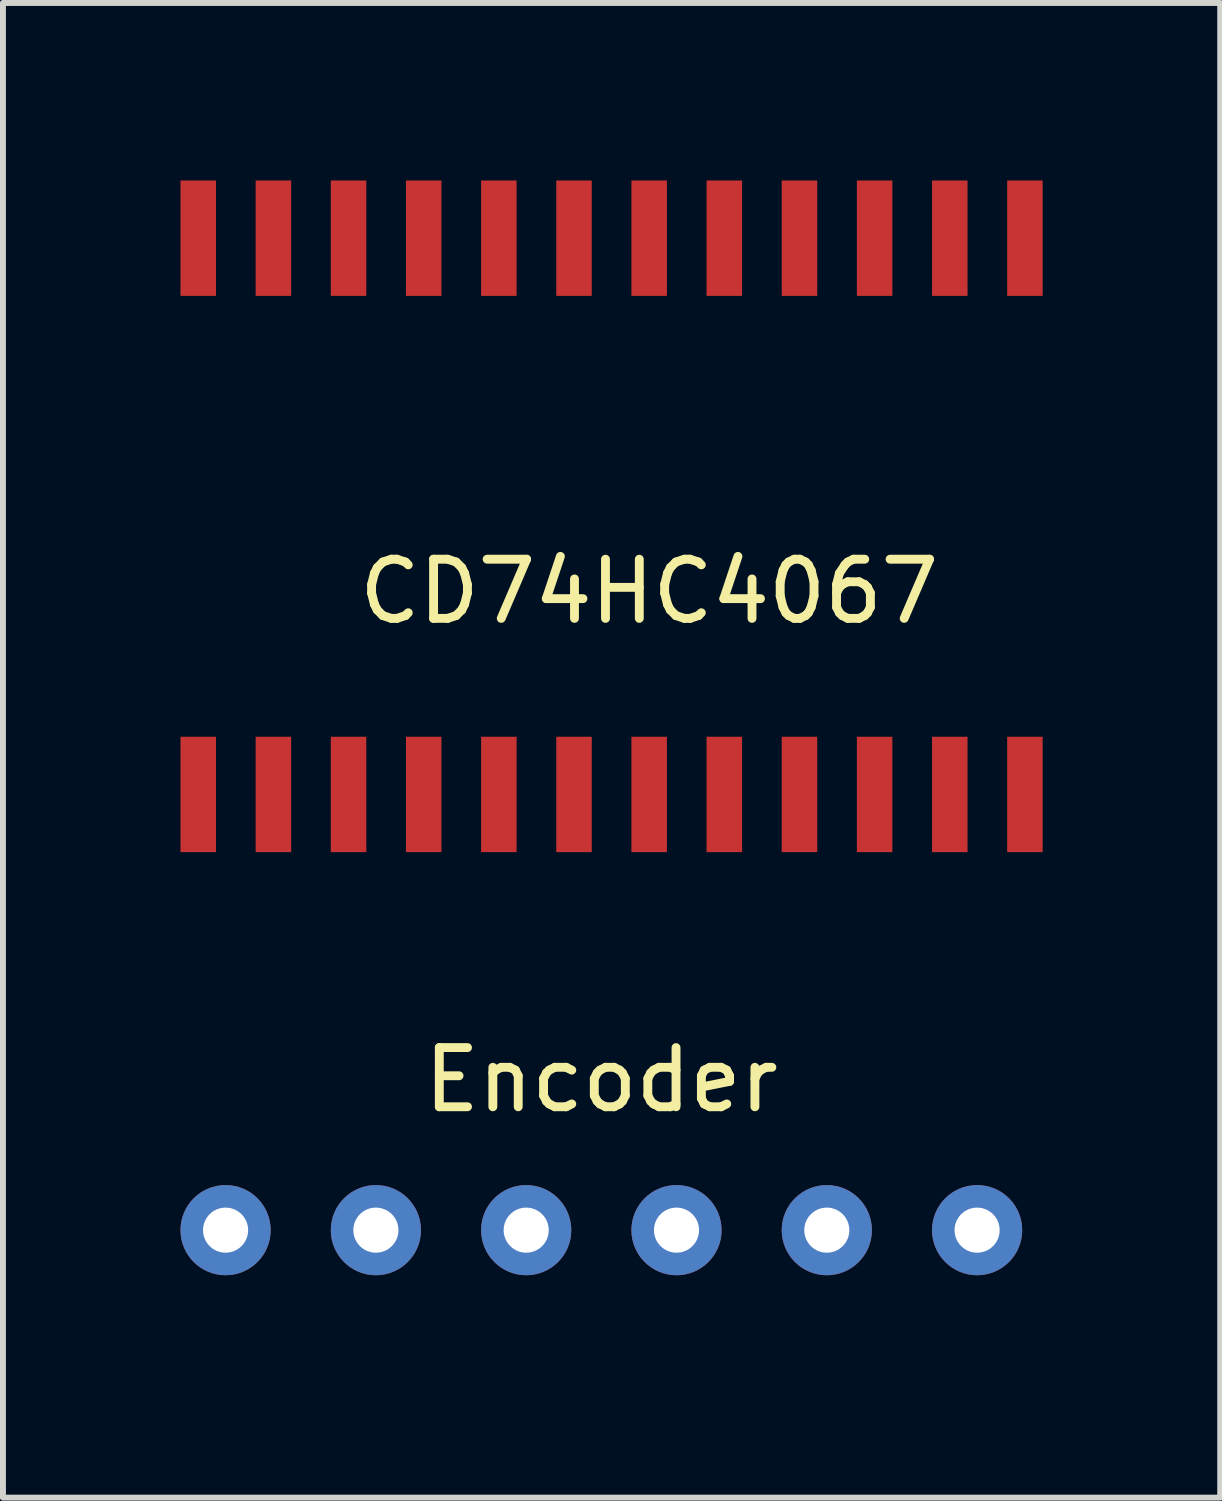
<source format=kicad_pcb>
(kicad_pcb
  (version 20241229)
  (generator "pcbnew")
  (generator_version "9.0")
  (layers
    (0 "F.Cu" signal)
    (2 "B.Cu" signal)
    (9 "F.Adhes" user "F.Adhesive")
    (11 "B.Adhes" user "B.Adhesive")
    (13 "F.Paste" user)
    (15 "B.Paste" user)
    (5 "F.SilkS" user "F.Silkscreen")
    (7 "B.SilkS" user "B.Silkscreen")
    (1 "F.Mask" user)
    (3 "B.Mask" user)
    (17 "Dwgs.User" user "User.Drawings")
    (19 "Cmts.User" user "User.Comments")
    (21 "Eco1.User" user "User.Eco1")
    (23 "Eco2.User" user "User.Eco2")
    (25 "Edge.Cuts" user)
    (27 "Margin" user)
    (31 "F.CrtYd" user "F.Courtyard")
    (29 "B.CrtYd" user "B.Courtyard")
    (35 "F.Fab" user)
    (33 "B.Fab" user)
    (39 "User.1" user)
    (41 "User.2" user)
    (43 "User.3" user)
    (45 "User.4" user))
  (footprint "Encoder"
    (layer "F.Cu")
    (at 7.112 19.008)
    (property "Reference" "Encoder" (at 0 -3.81 0) (layer "F.SilkS") (effects (font (size 1 1) (thickness 0.15))))
    (attr through_hole)
    (pad "1" thru_hole circle (at -6.35 -1.27) (size 1.524 1.524) (drill 0.762) (layers "*.Cu" "*.Mask"))
    (pad "2" thru_hole circle (at -3.81 -1.27) (size 1.524 1.524) (drill 0.762) (layers "*.Cu" "*.Mask"))
    (pad "3" thru_hole circle (at -1.27 -1.27) (size 1.524 1.524) (drill 0.762) (layers "*.Cu" "*.Mask"))
    (pad "4" thru_hole circle (at 1.27 -1.27) (size 1.524 1.524) (drill 0.762) (layers "*.Cu" "*.Mask"))
    (pad "5" thru_hole circle (at 3.81 -1.27) (size 1.524 1.524) (drill 0.762) (layers "*.Cu" "*.Mask"))
    (pad "6" thru_hole circle (at 6.35 -1.27) (size 1.524 1.524) (drill 0.762) (layers "*.Cu" "*.Mask")))
  (footprint "CD74HC4067"
    (layer "F.Cu")
    (at 7.92 5.675)
    (property "Reference" "CD74HC4067" (at 0 1.27 0) (layer "F.SilkS") (effects (font (size 1 1) (thickness 0.15))))
    (attr through_hole)
    (pad "1" smd rect (at 6.35 4.7) (size 0.6 1.95) (layers "F.Cu" "F.Mask" "F.Paste"))
    (pad "2" smd rect (at 5.08 4.7) (size 0.6 1.95) (layers "F.Cu" "F.Mask" "F.Paste"))
    (pad "3" smd rect (at 3.81 4.7) (size 0.6 1.95) (layers "F.Cu" "F.Mask" "F.Paste"))
    (pad "4" smd rect (at 2.54 4.7) (size 0.6 1.95) (layers "F.Cu" "F.Mask" "F.Paste"))
    (pad "5" smd rect (at 1.27 4.7) (size 0.6 1.95) (layers "F.Cu" "F.Mask" "F.Paste"))
    (pad "6" smd rect (at 0 4.7) (size 0.6 1.95) (layers "F.Cu" "F.Mask" "F.Paste"))
    (pad "7" smd rect (at -1.27 4.7) (size 0.6 1.95) (layers "F.Cu" "F.Mask" "F.Paste"))
    (pad "8" smd rect (at -2.54 4.7) (size 0.6 1.95) (layers "F.Cu" "F.Mask" "F.Paste"))
    (pad "9" smd rect (at -3.81 4.7) (size 0.6 1.95) (layers "F.Cu" "F.Mask" "F.Paste"))
    (pad "10" smd rect (at -5.08 4.7) (size 0.6 1.95) (layers "F.Cu" "F.Mask" "F.Paste"))
    (pad "11" smd rect (at -6.35 4.7) (size 0.6 1.95) (layers "F.Cu" "F.Mask" "F.Paste"))
    (pad "12" smd rect (at -7.62 4.7) (size 0.6 1.95) (layers "F.Cu" "F.Mask" "F.Paste"))
    (pad "13" smd rect (at 6.35 -4.7) (size 0.6 1.95) (layers "F.Cu" "F.Mask" "F.Paste"))
    (pad "14" smd rect (at 5.08 -4.7) (size 0.6 1.95) (layers "F.Cu" "F.Mask" "F.Paste"))
    (pad "15" smd rect (at 3.81 -4.7) (size 0.6 1.95) (layers "F.Cu" "F.Mask" "F.Paste"))
    (pad "16" smd rect (at 2.54 -4.7) (size 0.6 1.95) (layers "F.Cu" "F.Mask" "F.Paste"))
    (pad "17" smd rect (at 1.27 -4.7) (size 0.6 1.95) (layers "F.Cu" "F.Mask" "F.Paste"))
    (pad "18" smd rect (at 0 -4.7) (size 0.6 1.95) (layers "F.Cu" "F.Mask" "F.Paste"))
    (pad "19" smd rect (at -1.27 -4.7) (size 0.6 1.95) (layers "F.Cu" "F.Mask" "F.Paste"))
    (pad "20" smd rect (at -2.54 -4.7) (size 0.6 1.95) (layers "F.Cu" "F.Mask" "F.Paste"))
    (pad "21" smd rect (at -3.81 -4.7) (size 0.6 1.95) (layers "F.Cu" "F.Mask" "F.Paste"))
    (pad "22" smd rect (at -5.08 -4.7) (size 0.6 1.95) (layers "F.Cu" "F.Mask" "F.Paste"))
    (pad "23" smd rect (at -6.35 -4.7) (size 0.6 1.95) (layers "F.Cu" "F.Mask" "F.Paste"))
    (pad "24" smd rect (at -7.62 -4.7) (size 0.6 1.95) (layers "F.Cu" "F.Mask" "F.Paste")))
  (gr_rect
    (start -3 -3)
    (end 17.57 22.258)
    (stroke (width 0.1) (type default))
    (fill no)
    (layer "Edge.Cuts")))
</source>
